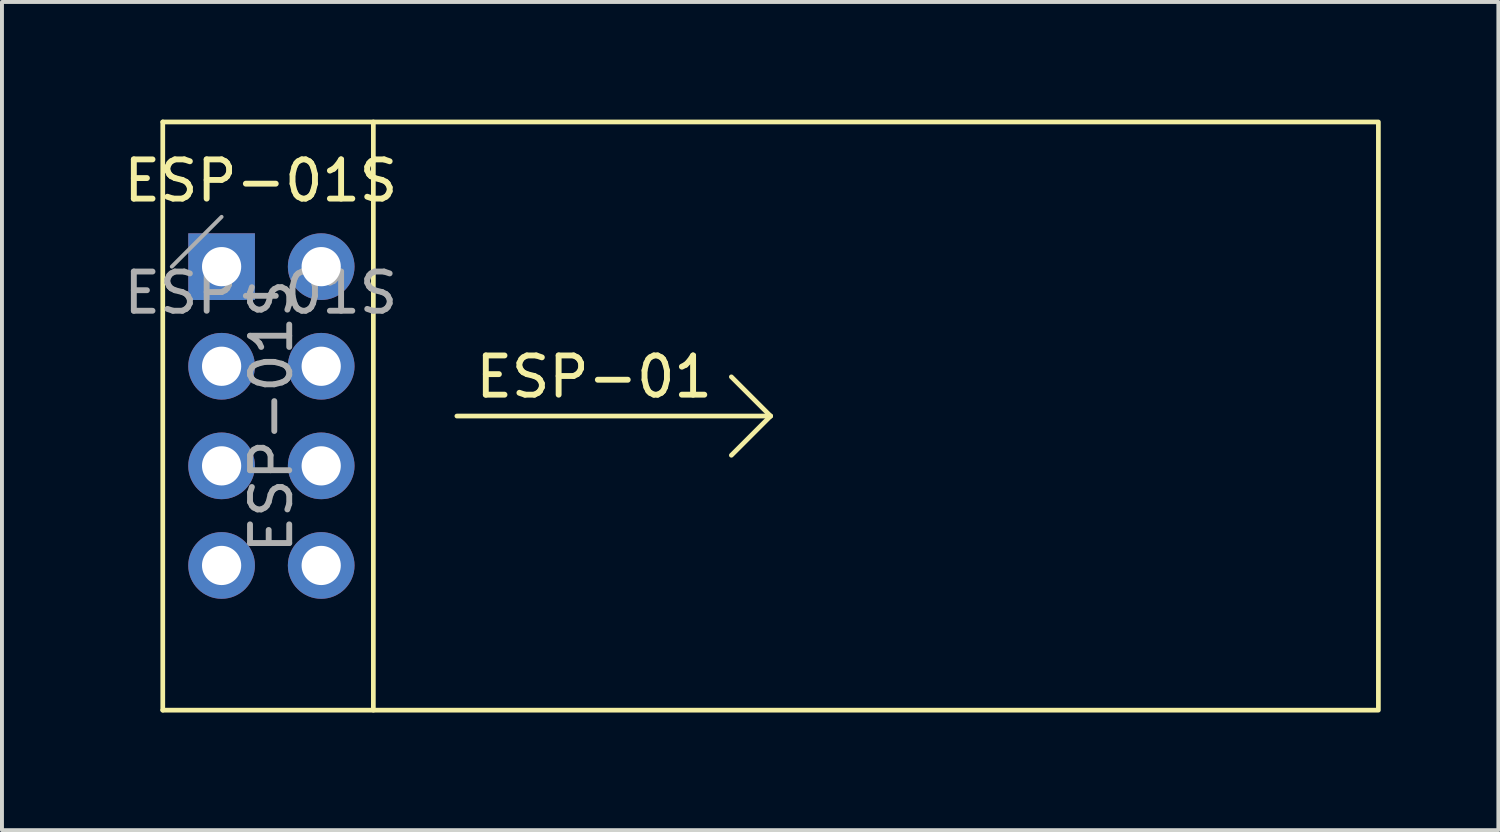
<source format=kicad_pcb>
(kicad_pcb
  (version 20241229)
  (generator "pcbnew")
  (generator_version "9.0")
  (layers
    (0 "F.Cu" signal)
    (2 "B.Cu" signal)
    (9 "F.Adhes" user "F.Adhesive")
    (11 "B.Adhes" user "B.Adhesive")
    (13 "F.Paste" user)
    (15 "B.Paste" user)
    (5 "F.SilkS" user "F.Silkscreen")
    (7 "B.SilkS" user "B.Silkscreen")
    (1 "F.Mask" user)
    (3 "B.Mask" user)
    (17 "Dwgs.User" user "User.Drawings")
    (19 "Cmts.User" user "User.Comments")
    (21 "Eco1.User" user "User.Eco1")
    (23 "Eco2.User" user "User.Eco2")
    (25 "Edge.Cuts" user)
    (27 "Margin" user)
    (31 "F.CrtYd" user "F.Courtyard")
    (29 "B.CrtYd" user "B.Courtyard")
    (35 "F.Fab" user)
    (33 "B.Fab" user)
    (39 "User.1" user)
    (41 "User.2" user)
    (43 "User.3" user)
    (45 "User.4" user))
  (footprint "ESP-01S"
    (layer "F.Cu")
    (at 3.601 2.06)
    (property "Reference" "ESP-01S" (at 0 -0.5 0) (unlocked yes) (layer "F.SilkS") (effects (font (size 1 1) (thickness 0.15))))
    (attr through_hole)
    (fp_line (start -2.5 -2) (end 2.87 -2) (stroke (width 0.12) (type solid)) (layer "F.SilkS"))
    (fp_line (start -2.5 13) (end -2.5 -2) (stroke (width 0.12) (type solid)) (layer "F.SilkS"))
    (fp_line (start 2.87 13) (end -2.5 13) (stroke (width 0.12) (type solid)) (layer "F.SilkS"))
    (fp_line (start 5 5.5) (end 13 5.5) (stroke (width 0.12) (type solid)) (layer "F.SilkS"))
    (fp_line (start 13 5.5) (end 12 4.5) (stroke (width 0.12) (type solid)) (layer "F.SilkS"))
    (fp_line (start 13 5.5) (end 12 6.5) (stroke (width 0.12) (type solid)) (layer "F.SilkS"))
    (fp_rect (start 2.87 13) (end 28.5 -2) (stroke (width 0.12) (type solid)) (fill no) (layer "F.SilkS"))
    (fp_line (start -2.27 1.69) (end -1 0.42) (stroke (width 0.1) (type solid)) (layer "F.Fab"))
    (fp_text user "ESP-01" (at 8.5 4.5 0) (unlocked yes) (layer "F.SilkS") (effects (font (size 1 1) (thickness 0.15))))
    (fp_text user "${REFERENCE}" (at 0.27 5.5 90) (layer "F.Fab") (effects (font (size 1 1) (thickness 0.15))))
    (fp_text user "${REFERENCE}" (at 0 2.36 0) (unlocked yes) (layer "F.Fab") (effects (font (size 1 1) (thickness 0.15))))
    (pad "1" thru_hole rect (at -1 1.69) (size 1.7 1.7) (drill 1) (layers "*.Cu" "*.Mask"))
    (pad "2" thru_hole oval (at -1 4.23) (size 1.7 1.7) (drill 1) (layers "*.Cu" "*.Mask"))
    (pad "3" thru_hole oval (at -1 6.77) (size 1.7 1.7) (drill 1) (layers "*.Cu" "*.Mask"))
    (pad "4" thru_hole oval (at -1 9.31) (size 1.7 1.7) (drill 1) (layers "*.Cu" "*.Mask"))
    (pad "5" thru_hole oval (at 1.54 9.31) (size 1.7 1.7) (drill 1) (layers "*.Cu" "*.Mask"))
    (pad "6" thru_hole oval (at 1.54 6.77) (size 1.7 1.7) (drill 1) (layers "*.Cu" "*.Mask"))
    (pad "7" thru_hole oval (at 1.54 4.23) (size 1.7 1.7) (drill 1) (layers "*.Cu" "*.Mask"))
    (pad "8" thru_hole oval (at 1.54 1.69) (size 1.7 1.7) (drill 1) (layers "*.Cu" "*.Mask")))
  (gr_rect
    (start -3 -3)
    (end 35.161 18.12)
    (stroke (width 0.1) (type default))
    (fill no)
    (layer "Edge.Cuts")))
</source>
